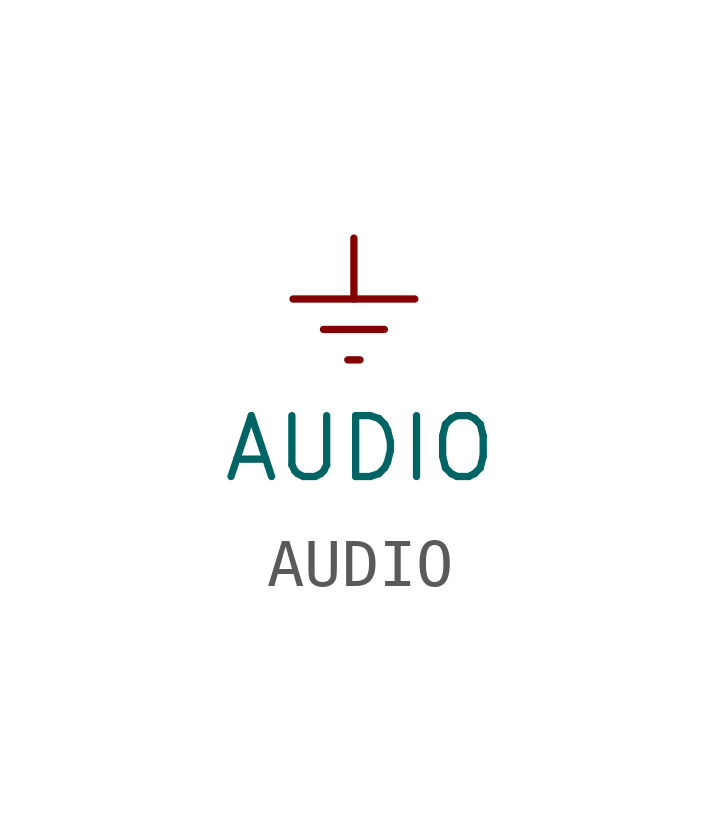
<source format=kicad_sym>
(kicad_symbol_lib
  (version 20220914)
  (generator kicad_symbol_editor)
  (symbol "AUDIO"
    (power)
    (pin_names
      (offset 0))
    (property "Reference" "#PWR046"
      (at 0 -6.35 0)
      (effects (font (size 1.27 1.27)) hide))
    (property "Value" "AUDIO"
      (at 0.127 -4.394 0)
      (effects (font (size 1.27 1.27))))
    (symbol "AUDIO_0_1"
      (polyline (pts (xy -0.635 -1.905) (xy 0.635 -1.905)) (stroke (width 0) (type solid)) (fill (type none)))
      (polyline (pts (xy -0.127 -2.54) (xy 0.127 -2.54)) (stroke (width 0) (type solid)) (fill (type none)))
      (polyline (pts (xy 0 -1.27) (xy 0 0)) (stroke (width 0) (type solid)) (fill (type none)))
      (polyline (pts (xy 1.27 -1.27) (xy -1.27 -1.27)) (stroke (width 0) (type solid)) (fill (type none))))
    (symbol "AUDIO_1_1"
      (pin power_in line (at 0 0 270) (length 0) hide (name "AUDIO" (effects (font (size 1.27 1.27)))) (number "1" (effects (font (size 1.27 1.27))))))))
</source>
